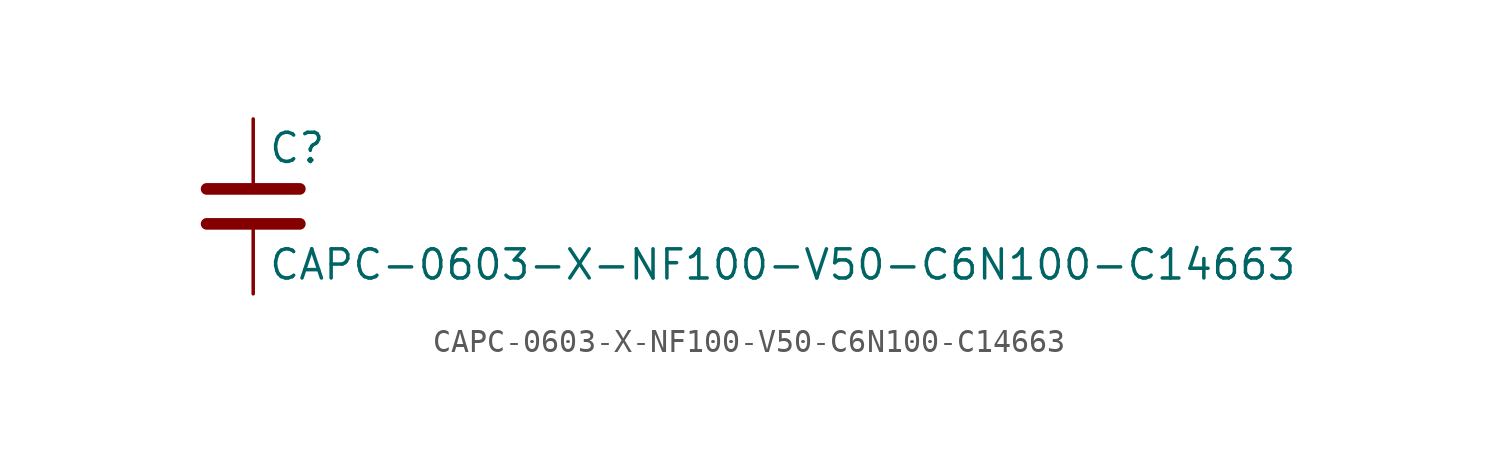
<source format=kicad_sym>
(kicad_symbol_lib
  (version 20211014)
  (generator kicad_symbol_editor)
  (symbol "CAPC-0603-X-NF100-V50-C6N100-C14663"
    (pin_numbers hide)
    (pin_names
      (offset 0.254))
    (property "Reference" "C"
      (at 0.635 2.54 0)
      (effects (font (size 1.27 1.27)) (justify left)))
    (property "Value" "CAPC-0603-X-NF100-V50-C6N100-C14663"
      (at 0.635 -2.54 0)
      (effects (font (size 1.27 1.27)) (justify left)))
    (symbol "CAPC-0603-X-NF100-V50-C6N100-C14663_0_1"
      (polyline (pts (xy -2.032 -0.762) (xy 2.032 -0.762)) (stroke (width 0.508) (type default) (color 0 0 0 0)) (fill (type none)))
      (polyline (pts (xy -2.032 0.762) (xy 2.032 0.762)) (stroke (width 0.508) (type default) (color 0 0 0 0)) (fill (type none))))
    (symbol "CAPC-0603-X-NF100-V50-C6N100-C14663_1_1"
      (pin passive line (at 0 3.81 270) (length 2.794) (name "~" (effects (font (size 1.27 1.27)))) (number "1" (effects (font (size 1.27 1.27)))))
      (pin passive line (at 0 -3.81 90) (length 2.794) (name "~" (effects (font (size 1.27 1.27)))) (number "2" (effects (font (size 1.27 1.27))))))))
</source>
